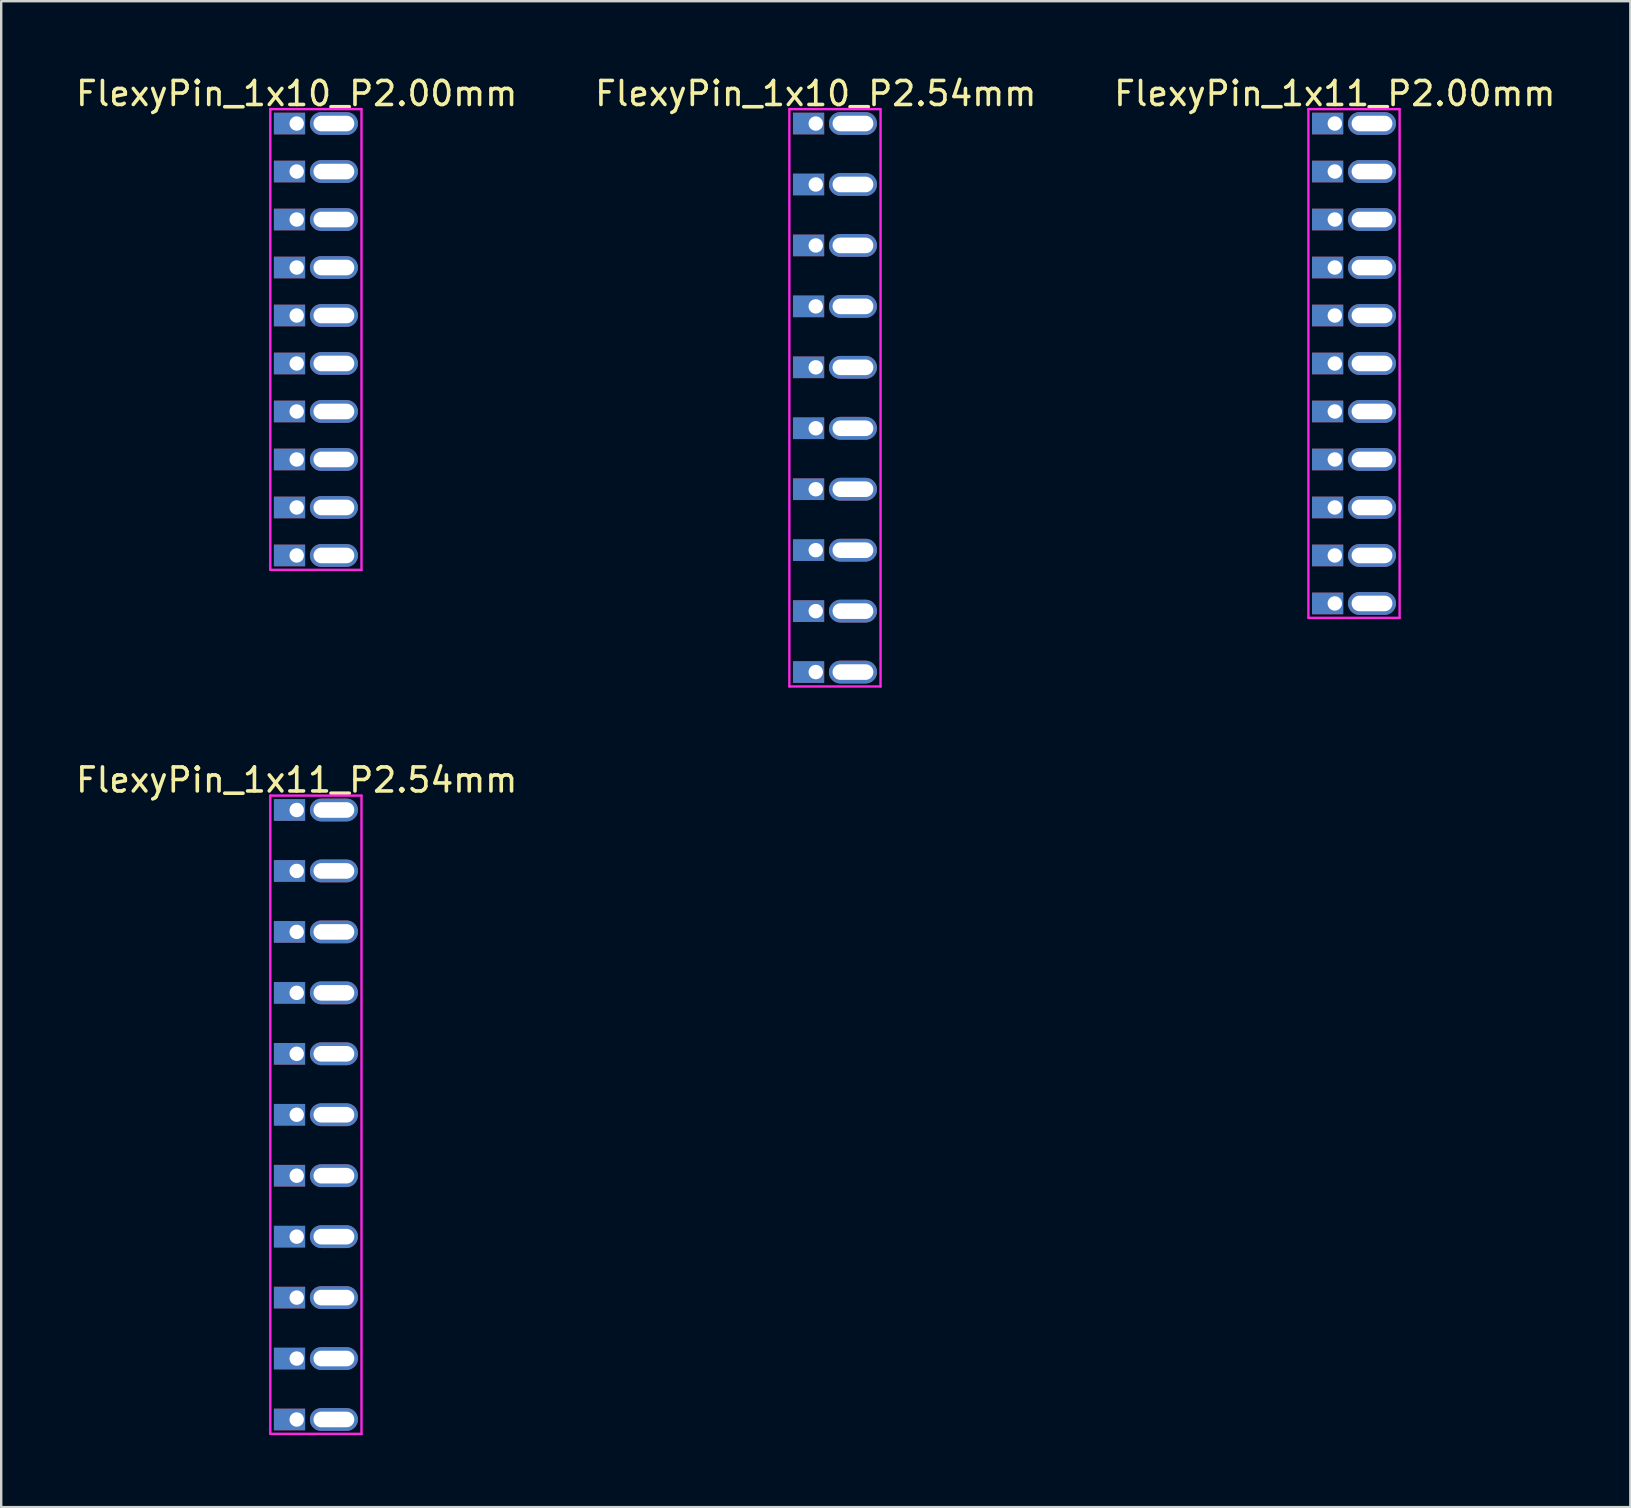
<source format=kicad_pcb>
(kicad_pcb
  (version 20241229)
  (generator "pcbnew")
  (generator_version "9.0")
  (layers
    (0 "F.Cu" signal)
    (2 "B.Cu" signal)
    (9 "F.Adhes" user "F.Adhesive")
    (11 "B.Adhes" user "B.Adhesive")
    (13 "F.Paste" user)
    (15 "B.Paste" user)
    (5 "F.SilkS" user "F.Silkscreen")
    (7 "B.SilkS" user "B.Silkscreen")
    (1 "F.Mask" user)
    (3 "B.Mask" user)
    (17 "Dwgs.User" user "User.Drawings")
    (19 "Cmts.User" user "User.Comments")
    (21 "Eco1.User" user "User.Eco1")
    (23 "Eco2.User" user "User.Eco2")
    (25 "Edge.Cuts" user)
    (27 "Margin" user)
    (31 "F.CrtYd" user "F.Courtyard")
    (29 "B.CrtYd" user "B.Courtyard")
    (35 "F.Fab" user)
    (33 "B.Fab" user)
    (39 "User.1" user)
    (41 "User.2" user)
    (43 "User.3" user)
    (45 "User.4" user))
  (footprint "FlexyPin_1x11_P2.54mm"
    (layer "F.Cu")
    (at 9.315 30.706)
    (property "Reference" "FlexyPin_1x11_P2.54mm" (at 0 -1.25 0) (layer "F.SilkS") (effects (font (size 1 1) (thickness 0.15))))
    (attr through_hole)
    (fp_line (start -1.1 -0.6) (end 2.7 -0.6) (stroke (width 0.1) (type solid)) (layer "F.CrtYd"))
    (fp_line (start -1.1 26) (end -1.1 -0.6) (stroke (width 0.1) (type solid)) (layer "F.CrtYd"))
    (fp_line (start 2.7 -0.6) (end 2.7 26) (stroke (width 0.1) (type solid)) (layer "F.CrtYd"))
    (fp_line (start 2.7 26) (end -1.1 26) (stroke (width 0.1) (type solid)) (layer "F.CrtYd"))
    (pad "" thru_hole oval (at 1.55 0) (size 2 0.95) (drill oval 1.7 0.65) (layers "*.Cu" "*.Mask"))
    (pad "" thru_hole oval (at 1.55 2.54) (size 2 0.95) (drill oval 1.7 0.65) (layers "*.Cu" "*.Mask"))
    (pad "" thru_hole oval (at 1.55 5.08) (size 2 0.95) (drill oval 1.7 0.65) (layers "*.Cu" "*.Mask"))
    (pad "" thru_hole oval (at 1.55 7.62) (size 2 0.95) (drill oval 1.7 0.65) (layers "*.Cu" "*.Mask"))
    (pad "" thru_hole oval (at 1.55 10.16) (size 2 0.95) (drill oval 1.7 0.65) (layers "*.Cu" "*.Mask"))
    (pad "" thru_hole oval (at 1.55 12.7) (size 2 0.95) (drill oval 1.7 0.65) (layers "*.Cu" "*.Mask"))
    (pad "" thru_hole oval (at 1.55 15.24) (size 2 0.95) (drill oval 1.7 0.65) (layers "*.Cu" "*.Mask"))
    (pad "" thru_hole oval (at 1.55 17.78) (size 2 0.95) (drill oval 1.7 0.65) (layers "*.Cu" "*.Mask"))
    (pad "" thru_hole oval (at 1.55 20.32) (size 2 0.95) (drill oval 1.7 0.65) (layers "*.Cu" "*.Mask"))
    (pad "" thru_hole oval (at 1.55 22.86) (size 2 0.95) (drill oval 1.7 0.65) (layers "*.Cu" "*.Mask"))
    (pad "" thru_hole oval (at 1.55 25.4) (size 2 0.95) (drill oval 1.7 0.65) (layers "*.Cu" "*.Mask"))
    (pad "1" thru_hole rect (at 0 0) (size 1.3 0.9) (drill 0.6 (offset -0.3 0)) (layers "*.Cu" "*.Mask"))
    (pad "2" thru_hole rect (at 0 2.54) (size 1.3 0.9) (drill 0.6 (offset -0.3 0)) (layers "*.Cu" "*.Mask"))
    (pad "3" thru_hole rect (at 0 5.08) (size 1.3 0.9) (drill 0.6 (offset -0.3 0)) (layers "*.Cu" "*.Mask"))
    (pad "4" thru_hole rect (at 0 7.62) (size 1.3 0.9) (drill 0.6 (offset -0.3 0)) (layers "*.Cu" "*.Mask"))
    (pad "5" thru_hole rect (at 0 10.16) (size 1.3 0.9) (drill 0.6 (offset -0.3 0)) (layers "*.Cu" "*.Mask"))
    (pad "6" thru_hole rect (at 0 12.7) (size 1.3 0.9) (drill 0.6 (offset -0.3 0)) (layers "*.Cu" "*.Mask"))
    (pad "7" thru_hole rect (at 0 15.24) (size 1.3 0.9) (drill 0.6 (offset -0.3 0)) (layers "*.Cu" "*.Mask"))
    (pad "8" thru_hole rect (at 0 17.78) (size 1.3 0.9) (drill 0.6 (offset -0.3 0)) (layers "*.Cu" "*.Mask"))
    (pad "9" thru_hole rect (at 0 20.32) (size 1.3 0.9) (drill 0.6 (offset -0.3 0)) (layers "*.Cu" "*.Mask"))
    (pad "10" thru_hole rect (at 0 22.86) (size 1.3 0.9) (drill 0.6 (offset -0.3 0)) (layers "*.Cu" "*.Mask"))
    (pad "11" thru_hole rect (at 0 25.4) (size 1.3 0.9) (drill 0.6 (offset -0.3 0)) (layers "*.Cu" "*.Mask")))
  (footprint "FlexyPin_1x10_P2.00mm"
    (layer "F.Cu")
    (at 9.315 2.098)
    (property "Reference" "FlexyPin_1x10_P2.00mm" (at 0 -1.25 0) (layer "F.SilkS") (effects (font (size 1 1) (thickness 0.15))))
    (attr through_hole)
    (fp_line (start -1.1 -0.6) (end 2.7 -0.6) (stroke (width 0.1) (type solid)) (layer "F.CrtYd"))
    (fp_line (start -1.1 18.6) (end -1.1 -0.6) (stroke (width 0.1) (type solid)) (layer "F.CrtYd"))
    (fp_line (start 2.7 -0.6) (end 2.7 18.6) (stroke (width 0.1) (type solid)) (layer "F.CrtYd"))
    (fp_line (start 2.7 18.6) (end -1.1 18.6) (stroke (width 0.1) (type solid)) (layer "F.CrtYd"))
    (pad "" thru_hole oval (at 1.55 0) (size 2 0.95) (drill oval 1.7 0.65) (layers "*.Cu" "*.Mask"))
    (pad "" thru_hole oval (at 1.55 2) (size 2 0.95) (drill oval 1.7 0.65) (layers "*.Cu" "*.Mask"))
    (pad "" thru_hole oval (at 1.55 4) (size 2 0.95) (drill oval 1.7 0.65) (layers "*.Cu" "*.Mask"))
    (pad "" thru_hole oval (at 1.55 6) (size 2 0.95) (drill oval 1.7 0.65) (layers "*.Cu" "*.Mask"))
    (pad "" thru_hole oval (at 1.55 8) (size 2 0.95) (drill oval 1.7 0.65) (layers "*.Cu" "*.Mask"))
    (pad "" thru_hole oval (at 1.55 10) (size 2 0.95) (drill oval 1.7 0.65) (layers "*.Cu" "*.Mask"))
    (pad "" thru_hole oval (at 1.55 12) (size 2 0.95) (drill oval 1.7 0.65) (layers "*.Cu" "*.Mask"))
    (pad "" thru_hole oval (at 1.55 14) (size 2 0.95) (drill oval 1.7 0.65) (layers "*.Cu" "*.Mask"))
    (pad "" thru_hole oval (at 1.55 16) (size 2 0.95) (drill oval 1.7 0.65) (layers "*.Cu" "*.Mask"))
    (pad "" thru_hole oval (at 1.55 18) (size 2 0.95) (drill oval 1.7 0.65) (layers "*.Cu" "*.Mask"))
    (pad "1" thru_hole rect (at 0 0) (size 1.3 0.9) (drill 0.6 (offset -0.3 0)) (layers "*.Cu" "*.Mask"))
    (pad "2" thru_hole rect (at 0 2) (size 1.3 0.9) (drill 0.6 (offset -0.3 0)) (layers "*.Cu" "*.Mask"))
    (pad "3" thru_hole rect (at 0 4) (size 1.3 0.9) (drill 0.6 (offset -0.3 0)) (layers "*.Cu" "*.Mask"))
    (pad "4" thru_hole rect (at 0 6) (size 1.3 0.9) (drill 0.6 (offset -0.3 0)) (layers "*.Cu" "*.Mask"))
    (pad "5" thru_hole rect (at 0 8) (size 1.3 0.9) (drill 0.6 (offset -0.3 0)) (layers "*.Cu" "*.Mask"))
    (pad "6" thru_hole rect (at 0 10) (size 1.3 0.9) (drill 0.6 (offset -0.3 0)) (layers "*.Cu" "*.Mask"))
    (pad "7" thru_hole rect (at 0 12) (size 1.3 0.9) (drill 0.6 (offset -0.3 0)) (layers "*.Cu" "*.Mask"))
    (pad "8" thru_hole rect (at 0 14) (size 1.3 0.9) (drill 0.6 (offset -0.3 0)) (layers "*.Cu" "*.Mask"))
    (pad "9" thru_hole rect (at 0 16) (size 1.3 0.9) (drill 0.6 (offset -0.3 0)) (layers "*.Cu" "*.Mask"))
    (pad "10" thru_hole rect (at 0 18) (size 1.3 0.9) (drill 0.6 (offset -0.3 0)) (layers "*.Cu" "*.Mask")))
  (footprint "FlexyPin_1x10_P2.54mm"
    (layer "F.Cu")
    (at 30.946 2.098)
    (property "Reference" "FlexyPin_1x10_P2.54mm" (at 0 -1.25 0) (layer "F.SilkS") (effects (font (size 1 1) (thickness 0.15))))
    (attr through_hole)
    (fp_line (start -1.1 -0.6) (end 2.7 -0.6) (stroke (width 0.1) (type solid)) (layer "F.CrtYd"))
    (fp_line (start -1.1 23.46) (end -1.1 -0.6) (stroke (width 0.1) (type solid)) (layer "F.CrtYd"))
    (fp_line (start 2.7 -0.6) (end 2.7 23.46) (stroke (width 0.1) (type solid)) (layer "F.CrtYd"))
    (fp_line (start 2.7 23.46) (end -1.1 23.46) (stroke (width 0.1) (type solid)) (layer "F.CrtYd"))
    (pad "" thru_hole oval (at 1.55 0) (size 2 0.95) (drill oval 1.7 0.65) (layers "*.Cu" "*.Mask"))
    (pad "" thru_hole oval (at 1.55 2.54) (size 2 0.95) (drill oval 1.7 0.65) (layers "*.Cu" "*.Mask"))
    (pad "" thru_hole oval (at 1.55 5.08) (size 2 0.95) (drill oval 1.7 0.65) (layers "*.Cu" "*.Mask"))
    (pad "" thru_hole oval (at 1.55 7.62) (size 2 0.95) (drill oval 1.7 0.65) (layers "*.Cu" "*.Mask"))
    (pad "" thru_hole oval (at 1.55 10.16) (size 2 0.95) (drill oval 1.7 0.65) (layers "*.Cu" "*.Mask"))
    (pad "" thru_hole oval (at 1.55 12.7) (size 2 0.95) (drill oval 1.7 0.65) (layers "*.Cu" "*.Mask"))
    (pad "" thru_hole oval (at 1.55 15.24) (size 2 0.95) (drill oval 1.7 0.65) (layers "*.Cu" "*.Mask"))
    (pad "" thru_hole oval (at 1.55 17.78) (size 2 0.95) (drill oval 1.7 0.65) (layers "*.Cu" "*.Mask"))
    (pad "" thru_hole oval (at 1.55 20.32) (size 2 0.95) (drill oval 1.7 0.65) (layers "*.Cu" "*.Mask"))
    (pad "" thru_hole oval (at 1.55 22.86) (size 2 0.95) (drill oval 1.7 0.65) (layers "*.Cu" "*.Mask"))
    (pad "1" thru_hole rect (at 0 0) (size 1.3 0.9) (drill 0.6 (offset -0.3 0)) (layers "*.Cu" "*.Mask"))
    (pad "2" thru_hole rect (at 0 2.54) (size 1.3 0.9) (drill 0.6 (offset -0.3 0)) (layers "*.Cu" "*.Mask"))
    (pad "3" thru_hole rect (at 0 5.08) (size 1.3 0.9) (drill 0.6 (offset -0.3 0)) (layers "*.Cu" "*.Mask"))
    (pad "4" thru_hole rect (at 0 7.62) (size 1.3 0.9) (drill 0.6 (offset -0.3 0)) (layers "*.Cu" "*.Mask"))
    (pad "5" thru_hole rect (at 0 10.16) (size 1.3 0.9) (drill 0.6 (offset -0.3 0)) (layers "*.Cu" "*.Mask"))
    (pad "6" thru_hole rect (at 0 12.7) (size 1.3 0.9) (drill 0.6 (offset -0.3 0)) (layers "*.Cu" "*.Mask"))
    (pad "7" thru_hole rect (at 0 15.24) (size 1.3 0.9) (drill 0.6 (offset -0.3 0)) (layers "*.Cu" "*.Mask"))
    (pad "8" thru_hole rect (at 0 17.78) (size 1.3 0.9) (drill 0.6 (offset -0.3 0)) (layers "*.Cu" "*.Mask"))
    (pad "9" thru_hole rect (at 0 20.32) (size 1.3 0.9) (drill 0.6 (offset -0.3 0)) (layers "*.Cu" "*.Mask"))
    (pad "10" thru_hole rect (at 0 22.86) (size 1.3 0.9) (drill 0.6 (offset -0.3 0)) (layers "*.Cu" "*.Mask")))
  (footprint "FlexyPin_1x11_P2.00mm"
    (layer "F.Cu")
    (at 52.577 2.098)
    (property "Reference" "FlexyPin_1x11_P2.00mm" (at 0 -1.25 0) (layer "F.SilkS") (effects (font (size 1 1) (thickness 0.15))))
    (attr through_hole)
    (fp_line (start -1.1 -0.6) (end 2.7 -0.6) (stroke (width 0.1) (type solid)) (layer "F.CrtYd"))
    (fp_line (start -1.1 20.6) (end -1.1 -0.6) (stroke (width 0.1) (type solid)) (layer "F.CrtYd"))
    (fp_line (start 2.7 -0.6) (end 2.7 20.6) (stroke (width 0.1) (type solid)) (layer "F.CrtYd"))
    (fp_line (start 2.7 20.6) (end -1.1 20.6) (stroke (width 0.1) (type solid)) (layer "F.CrtYd"))
    (pad "" thru_hole oval (at 1.55 0) (size 2 0.95) (drill oval 1.7 0.65) (layers "*.Cu" "*.Mask"))
    (pad "" thru_hole oval (at 1.55 2) (size 2 0.95) (drill oval 1.7 0.65) (layers "*.Cu" "*.Mask"))
    (pad "" thru_hole oval (at 1.55 4) (size 2 0.95) (drill oval 1.7 0.65) (layers "*.Cu" "*.Mask"))
    (pad "" thru_hole oval (at 1.55 6) (size 2 0.95) (drill oval 1.7 0.65) (layers "*.Cu" "*.Mask"))
    (pad "" thru_hole oval (at 1.55 8) (size 2 0.95) (drill oval 1.7 0.65) (layers "*.Cu" "*.Mask"))
    (pad "" thru_hole oval (at 1.55 10) (size 2 0.95) (drill oval 1.7 0.65) (layers "*.Cu" "*.Mask"))
    (pad "" thru_hole oval (at 1.55 12) (size 2 0.95) (drill oval 1.7 0.65) (layers "*.Cu" "*.Mask"))
    (pad "" thru_hole oval (at 1.55 14) (size 2 0.95) (drill oval 1.7 0.65) (layers "*.Cu" "*.Mask"))
    (pad "" thru_hole oval (at 1.55 16) (size 2 0.95) (drill oval 1.7 0.65) (layers "*.Cu" "*.Mask"))
    (pad "" thru_hole oval (at 1.55 18) (size 2 0.95) (drill oval 1.7 0.65) (layers "*.Cu" "*.Mask"))
    (pad "" thru_hole oval (at 1.55 20) (size 2 0.95) (drill oval 1.7 0.65) (layers "*.Cu" "*.Mask"))
    (pad "1" thru_hole rect (at 0 0) (size 1.3 0.9) (drill 0.6 (offset -0.3 0)) (layers "*.Cu" "*.Mask"))
    (pad "2" thru_hole rect (at 0 2) (size 1.3 0.9) (drill 0.6 (offset -0.3 0)) (layers "*.Cu" "*.Mask"))
    (pad "3" thru_hole rect (at 0 4) (size 1.3 0.9) (drill 0.6 (offset -0.3 0)) (layers "*.Cu" "*.Mask"))
    (pad "4" thru_hole rect (at 0 6) (size 1.3 0.9) (drill 0.6 (offset -0.3 0)) (layers "*.Cu" "*.Mask"))
    (pad "5" thru_hole rect (at 0 8) (size 1.3 0.9) (drill 0.6 (offset -0.3 0)) (layers "*.Cu" "*.Mask"))
    (pad "6" thru_hole rect (at 0 10) (size 1.3 0.9) (drill 0.6 (offset -0.3 0)) (layers "*.Cu" "*.Mask"))
    (pad "7" thru_hole rect (at 0 12) (size 1.3 0.9) (drill 0.6 (offset -0.3 0)) (layers "*.Cu" "*.Mask"))
    (pad "8" thru_hole rect (at 0 14) (size 1.3 0.9) (drill 0.6 (offset -0.3 0)) (layers "*.Cu" "*.Mask"))
    (pad "9" thru_hole rect (at 0 16) (size 1.3 0.9) (drill 0.6 (offset -0.3 0)) (layers "*.Cu" "*.Mask"))
    (pad "10" thru_hole rect (at 0 18) (size 1.3 0.9) (drill 0.6 (offset -0.3 0)) (layers "*.Cu" "*.Mask"))
    (pad "11" thru_hole rect (at 0 20) (size 1.3 0.9) (drill 0.6 (offset -0.3 0)) (layers "*.Cu" "*.Mask")))
  (gr_rect
    (start -3 -3)
    (end 64.893 59.757)
    (stroke (width 0.1) (type default))
    (fill no)
    (layer "Edge.Cuts")))
</source>
